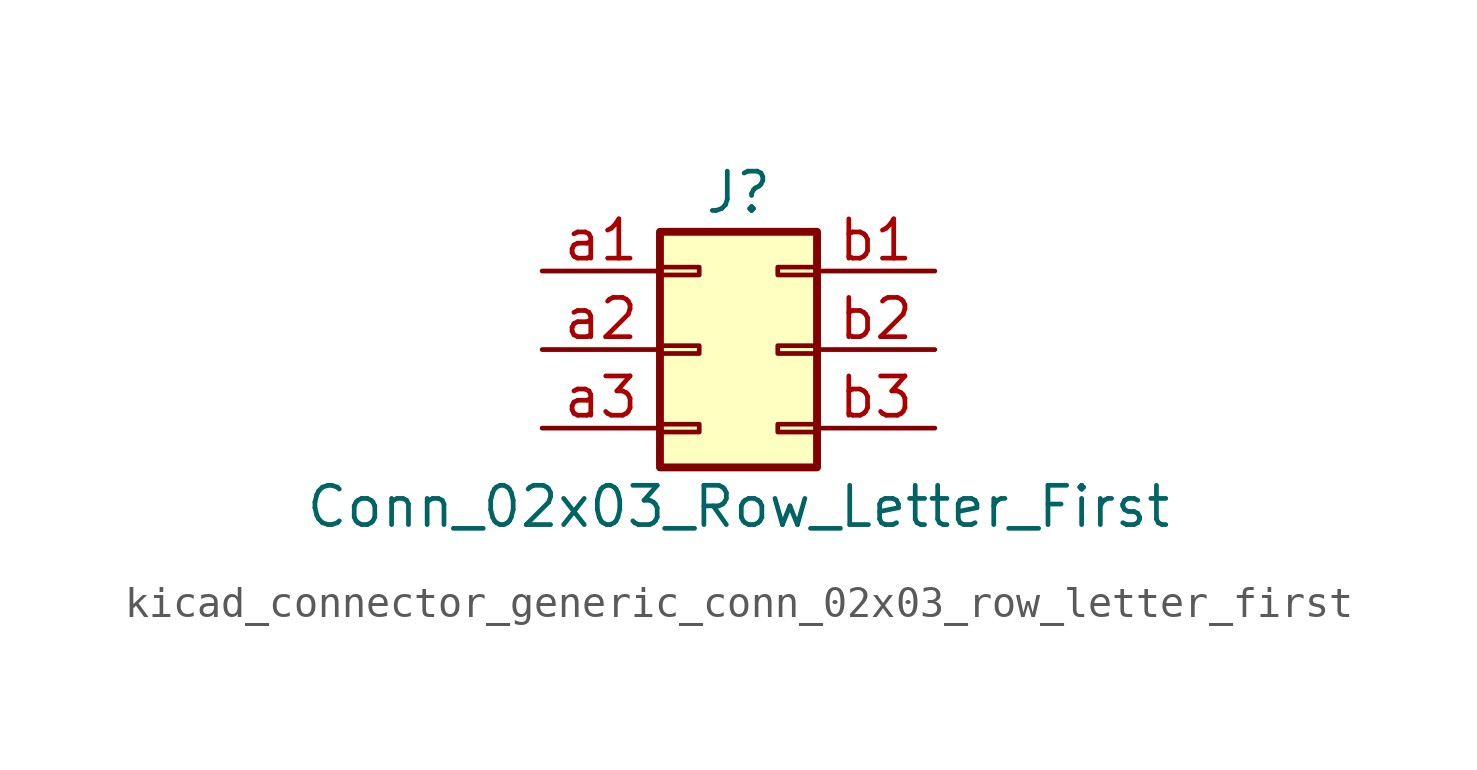
<source format=kicad_sym>
(kicad_symbol_lib
  (version 20220914)
  (generator kicad_symbol_editor)
  (symbol "kicad_connector_generic_conn_02x03_row_letter_first"
    (pin_names
      (offset 1.016) hide)
    (property "Reference" "J"
      (at 1.27 5.08 0)
      (effects (font (size 1.27 1.27))))
    (property "Value" "Conn_02x03_Row_Letter_First"
      (at 1.27 -5.08 0)
      (effects (font (size 1.27 1.27))))
    (symbol "kicad_connector_generic_conn_02x03_row_letter_first_1_1"
      (rectangle (start -1.27 -2.413) (end 0 -2.667) (stroke (width 0.152) (type default)) (fill (type none)))
      (rectangle (start -1.27 0.127) (end 0 -0.127) (stroke (width 0.152) (type default)) (fill (type none)))
      (rectangle (start -1.27 2.667) (end 0 2.413) (stroke (width 0.152) (type default)) (fill (type none)))
      (rectangle (start -1.27 3.81) (end 3.81 -3.81) (stroke (width 0.254) (type default)) (fill (type background)))
      (rectangle (start 3.81 -2.413) (end 2.54 -2.667) (stroke (width 0.152) (type default)) (fill (type none)))
      (rectangle (start 3.81 0.127) (end 2.54 -0.127) (stroke (width 0.152) (type default)) (fill (type none)))
      (rectangle (start 3.81 2.667) (end 2.54 2.413) (stroke (width 0.152) (type default)) (fill (type none)))
      (pin passive line (at -5.08 2.54 0) (length 3.81) (name "Pin_a1" (effects (font (size 1.27 1.27)))) (number "a1" (effects (font (size 1.27 1.27)))))
      (pin passive line (at -5.08 0 0) (length 3.81) (name "Pin_a2" (effects (font (size 1.27 1.27)))) (number "a2" (effects (font (size 1.27 1.27)))))
      (pin passive line (at -5.08 -2.54 0) (length 3.81) (name "Pin_a3" (effects (font (size 1.27 1.27)))) (number "a3" (effects (font (size 1.27 1.27)))))
      (pin passive line (at 7.62 2.54 180) (length 3.81) (name "Pin_b1" (effects (font (size 1.27 1.27)))) (number "b1" (effects (font (size 1.27 1.27)))))
      (pin passive line (at 7.62 0 180) (length 3.81) (name "Pin_b2" (effects (font (size 1.27 1.27)))) (number "b2" (effects (font (size 1.27 1.27)))))
      (pin passive line (at 7.62 -2.54 180) (length 3.81) (name "Pin_b3" (effects (font (size 1.27 1.27)))) (number "b3" (effects (font (size 1.27 1.27))))))))
</source>
